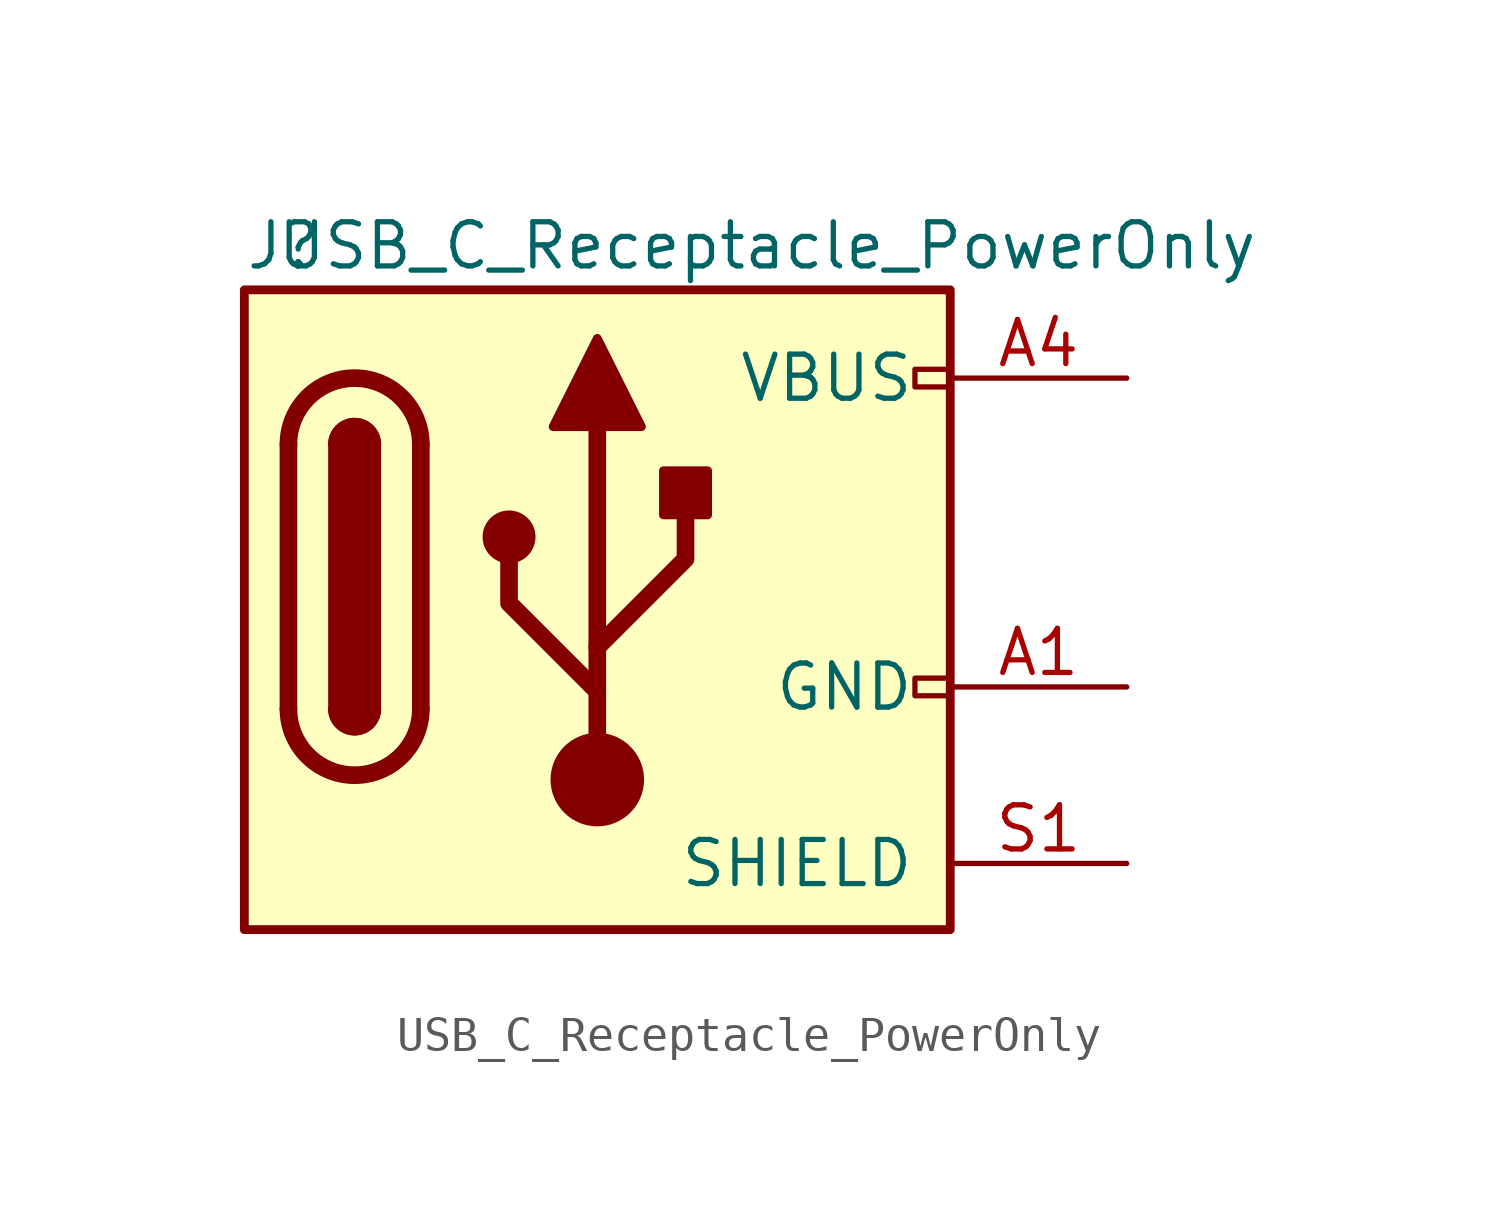
<source format=kicad_sym>
(kicad_symbol_lib
  (version 20220914)
  (generator kicad_symbol_editor)
  (symbol "USB_C_Receptacle_PowerOnly"
    (pin_names
      (offset 1.016))
    (property "Reference" "J"
      (at -10.16 19.05 0)
      (effects (font (size 1.27 1.27)) (justify left)))
    (property "Value" "USB_C_Receptacle_PowerOnly"
      (at 19.05 19.05 0)
      (effects (font (size 1.27 1.27)) (justify right)))
    (symbol "USB_C_Receptacle_PowerOnly_0_0"
      (rectangle (start 9.144 6.604) (end 10.16 6.096) (stroke (width 0) (type default)) (fill (type none)))
      (rectangle (start 10.16 15.494) (end 9.144 14.986) (stroke (width 0) (type default)) (fill (type none))))
    (symbol "USB_C_Receptacle_PowerOnly_0_1"
      (rectangle (start -10.16 17.78) (end 10.16 -0.635) (stroke (width 0.254) (type default)) (fill (type background)))
      (arc (start -8.89 5.715) (mid -6.985 3.8183) (end -5.08 5.715) (stroke (width 0.508) (type default)) (fill (type none)))
      (arc (start -7.62 5.715) (mid -6.985 5.0827) (end -6.35 5.715) (stroke (width 0.254) (type default)) (fill (type none)))
      (arc (start -7.62 5.715) (mid -6.985 5.0827) (end -6.35 5.715) (stroke (width 0.254) (type default)) (fill (type outline)))
      (rectangle (start -7.62 5.715) (end -6.35 13.335) (stroke (width 0.254) (type default)) (fill (type outline)))
      (arc (start -6.35 13.335) (mid -6.985 13.9673) (end -7.62 13.335) (stroke (width 0.254) (type default)) (fill (type none)))
      (arc (start -6.35 13.335) (mid -6.985 13.9673) (end -7.62 13.335) (stroke (width 0.254) (type default)) (fill (type outline)))
      (arc (start -5.08 13.335) (mid -6.985 15.2317) (end -8.89 13.335) (stroke (width 0.508) (type default)) (fill (type none)))
      (circle (center -2.54 10.668) (radius 0.635) (stroke (width 0.254) (type default)) (fill (type outline)))
      (polyline (pts (xy -8.89 5.715) (xy -8.89 13.335)) (stroke (width 0.508) (type default)) (fill (type none)))
      (polyline (pts (xy -5.08 13.335) (xy -5.08 5.715)) (stroke (width 0.508) (type default)) (fill (type none)))
      (polyline (pts (xy 0 3.683) (xy 0 13.843)) (stroke (width 0.508) (type default)) (fill (type none)))
      (polyline (pts (xy 0 6.223) (xy -2.54 8.763) (xy -2.54 10.033)) (stroke (width 0.508) (type default)) (fill (type none)))
      (polyline (pts (xy 0 7.493) (xy 2.54 10.033) (xy 2.54 11.303)) (stroke (width 0.508) (type default)) (fill (type none)))
      (polyline (pts (xy -1.27 13.843) (xy 0 16.383) (xy 1.27 13.843) (xy -1.27 13.843)) (stroke (width 0.254) (type default)) (fill (type outline)))
      (circle (center 0 3.683) (radius 1.27) (stroke (width 0) (type default)) (fill (type outline)))
      (rectangle (start 1.905 11.303) (end 3.175 12.573) (stroke (width 0.254) (type default)) (fill (type outline))))
    (symbol "USB_C_Receptacle_PowerOnly_1_1"
      (pin passive line (at 15.24 6.35 180) (length 5.08) (name "GND" (effects (font (size 1.27 1.27)))) (number "A1" (effects (font (size 1.27 1.27)))))
      (pin passive line (at 15.24 6.35 180) (length 5.08) hide (name "GND" (effects (font (size 1.27 1.27)))) (number "A12" (effects (font (size 1.27 1.27)))))
      (pin passive line (at 15.24 15.24 180) (length 5.08) (name "VBUS" (effects (font (size 1.27 1.27)))) (number "A4" (effects (font (size 1.27 1.27)))))
      (pin passive line (at 15.24 15.24 180) (length 5.08) hide (name "VBUS" (effects (font (size 1.27 1.27)))) (number "A9" (effects (font (size 1.27 1.27)))))
      (pin passive line (at 15.24 6.35 180) (length 5.08) hide (name "GND" (effects (font (size 1.27 1.27)))) (number "B1" (effects (font (size 1.27 1.27)))))
      (pin passive line (at 15.24 6.35 180) (length 5.08) hide (name "GND" (effects (font (size 1.27 1.27)))) (number "B12" (effects (font (size 1.27 1.27)))))
      (pin passive line (at 15.24 15.24 180) (length 5.08) hide (name "VBUS" (effects (font (size 1.27 1.27)))) (number "B4" (effects (font (size 1.27 1.27)))))
      (pin passive line (at 15.24 15.24 180) (length 5.08) hide (name "VBUS" (effects (font (size 1.27 1.27)))) (number "B9" (effects (font (size 1.27 1.27)))))
      (pin passive line (at 15.24 1.27 180) (length 5.08) (name "SHIELD" (effects (font (size 1.27 1.27)))) (number "S1" (effects (font (size 1.27 1.27)))))
      (pin passive line (at 15.24 1.27 180) (length 5.08) hide (name "SHIELD" (effects (font (size 1.27 1.27)))) (number "S2" (effects (font (size 1.27 1.27)))))
      (pin passive line (at 15.24 1.27 180) (length 5.08) hide (name "SHIELD" (effects (font (size 1.27 1.27)))) (number "S3" (effects (font (size 1.27 1.27)))))
      (pin passive line (at 15.24 1.27 180) (length 5.08) hide (name "SHIELD" (effects (font (size 1.27 1.27)))) (number "S4" (effects (font (size 1.27 1.27))))))))
</source>
